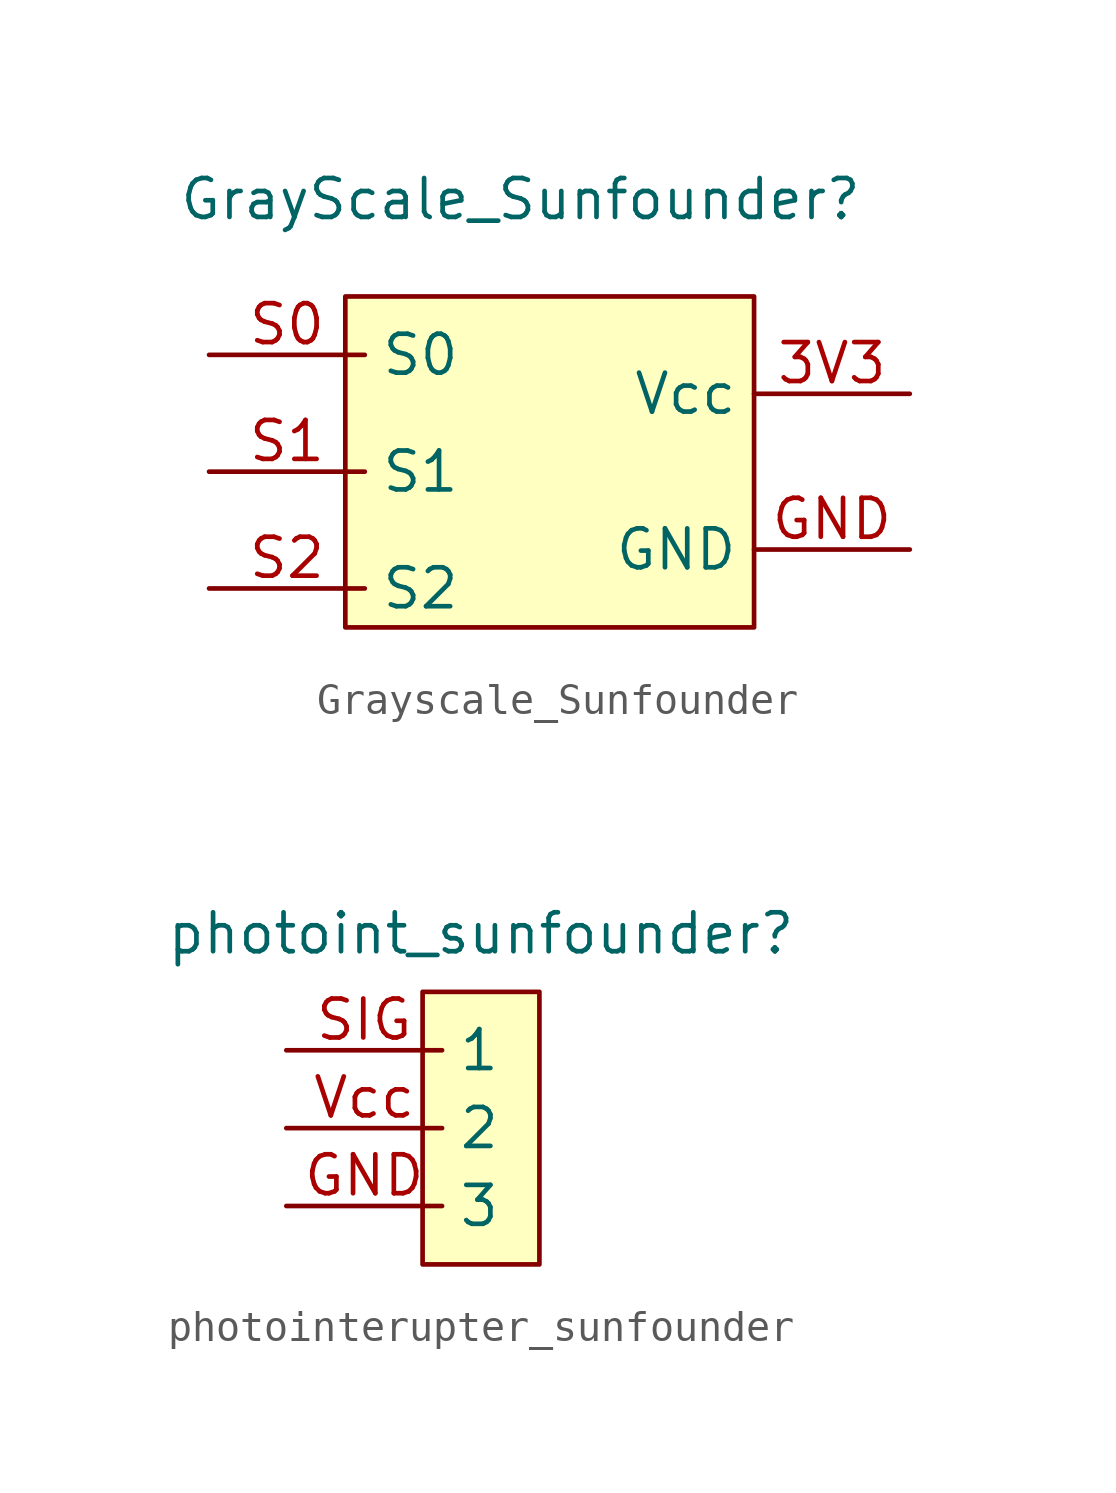
<source format=kicad_sym>
(kicad_symbol_lib
  (version 20241209)
  (generator "kicad_symbol_editor")
  (generator_version "9.0")
  (symbol "Grayscale_Sunfounder"
    (property "Reference" "GrayScale_Sunfounder"
      (at 0 0 0)
      (effects (font (size 1.27 1.27))))
    (property "Value" ""
      (at 0 0 0)
      (effects (font (size 1.27 1.27))))
    (symbol "Grayscale_Sunfounder_1_1"
      (rectangle (start -5.715 -3.175) (end 7.62 -13.97) (stroke (width 0) (type solid)) (fill (type color) (color 255 255 194 1)))
      (pin output line (at -10.16 -5.08 0) (length 5.08) (name "S0" (effects (font (size 1.27 1.27)))) (number "S0" (effects (font (size 1.27 1.27)))))
      (pin output line (at -10.16 -8.89 0) (length 5.08) (name "S1" (effects (font (size 1.27 1.27)))) (number "S1" (effects (font (size 1.27 1.27)))))
      (pin output line (at -10.16 -12.7 0) (length 5.08) (name "S2" (effects (font (size 1.27 1.27)))) (number "S2" (effects (font (size 1.27 1.27)))))
      (pin power_in line (at 12.7 -6.35 180) (length 5.08) (name "Vcc" (effects (font (size 1.27 1.27)))) (number "3V3" (effects (font (size 1.27 1.27)))))
      (pin power_in line (at 12.7 -11.43 180) (length 5.08) (name "GND" (effects (font (size 1.27 1.27)))) (number "GND" (effects (font (size 1.27 1.27)))))))
  (symbol "photointerupter_sunfounder"
    (property "Reference" "photoint_sunfounder"
      (at 0 0 0)
      (effects (font (size 1.27 1.27))))
    (property "Value" ""
      (at 0 0 0)
      (effects (font (size 1.27 1.27))))
    (symbol "photointerupter_sunfounder_1_1"
      (rectangle (start -1.905 -1.905) (end 1.905 -10.795) (stroke (width 0) (type solid)) (fill (type background)))
      (pin output line (at -6.35 -3.81 0) (length 5.08) (name "1" (effects (font (size 1.27 1.27)))) (number "SIG" (effects (font (size 1.27 1.27)))))
      (pin power_in line (at -6.35 -6.35 0) (length 5.08) (name "2" (effects (font (size 1.27 1.27)))) (number "Vcc" (effects (font (size 1.27 1.27)))))
      (pin power_in line (at -6.35 -8.89 0) (length 5.08) (name "3" (effects (font (size 1.27 1.27)))) (number "GND" (effects (font (size 1.27 1.27))))))))
</source>
